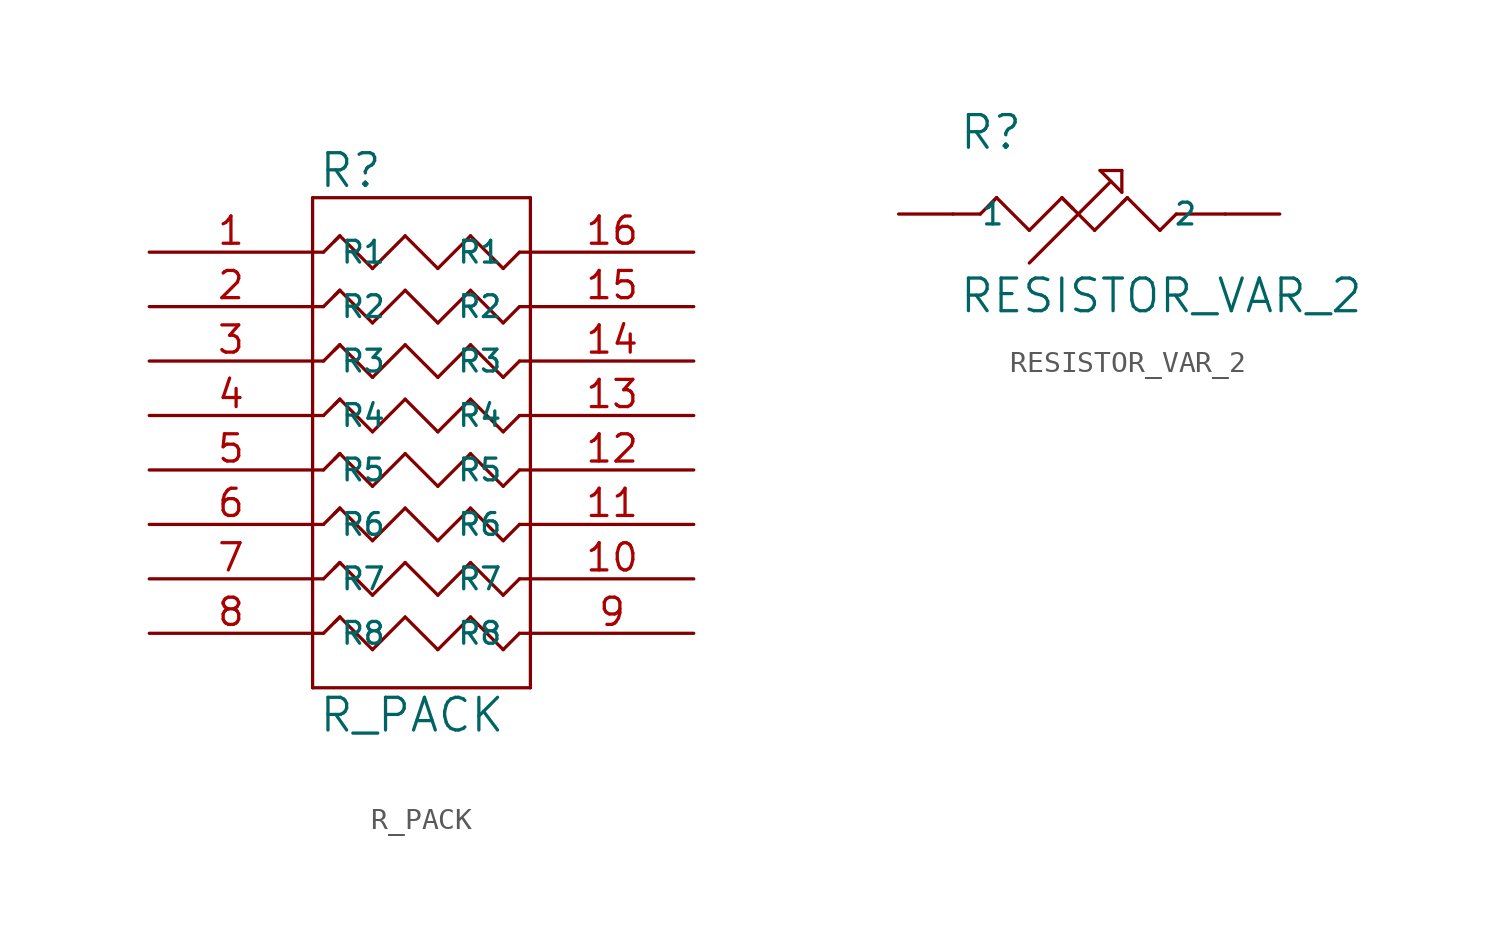
<source format=kicad_sym>
(kicad_symbol_lib
  (version 20231120)
  (generator "kicad_symbol_editor")
  (generator_version "8.0")
  (symbol "R_PACK"
    (pin_names
      (offset 1.27))
    (property "Reference" "R"
      (at 0.254 0.381 0)
      (effects (font (size 1.524 1.524)) (justify left bottom)))
    (property "Value" "R_PACK"
      (at 0.254 -23.241 0)
      (effects (font (size 1.524 1.524)) (justify left top)))
    (symbol "R_PACK_0_1"
      (polyline (pts (xy 0 -22.86) (xy 0 0)) (stroke (width 0) (type solid)) (fill (type none)))
      (polyline (pts (xy 0 -20.32) (xy 0.508 -20.32)) (stroke (width 0) (type solid)) (fill (type none)))
      (polyline (pts (xy 0 -17.78) (xy 0.508 -17.78)) (stroke (width 0) (type solid)) (fill (type none)))
      (polyline (pts (xy 0 -15.24) (xy 0.508 -15.24)) (stroke (width 0) (type solid)) (fill (type none)))
      (polyline (pts (xy 0 -12.7) (xy 0.508 -12.7)) (stroke (width 0) (type solid)) (fill (type none)))
      (polyline (pts (xy 0 -10.16) (xy 0.508 -10.16)) (stroke (width 0) (type solid)) (fill (type none)))
      (polyline (pts (xy 0 -7.62) (xy 0.508 -7.62)) (stroke (width 0) (type solid)) (fill (type none)))
      (polyline (pts (xy 0 -5.08) (xy 0.508 -5.08)) (stroke (width 0) (type solid)) (fill (type none)))
      (polyline (pts (xy 0 -2.54) (xy 0.508 -2.54)) (stroke (width 0) (type solid)) (fill (type none)))
      (polyline (pts (xy 0 0) (xy 10.16 0)) (stroke (width 0) (type solid)) (fill (type none)))
      (polyline (pts (xy 0.508 -20.32) (xy 1.27 -19.558)) (stroke (width 0) (type solid)) (fill (type none)))
      (polyline (pts (xy 0.508 -17.78) (xy 1.27 -17.018)) (stroke (width 0) (type solid)) (fill (type none)))
      (polyline (pts (xy 0.508 -15.24) (xy 1.27 -14.478)) (stroke (width 0) (type solid)) (fill (type none)))
      (polyline (pts (xy 0.508 -12.7) (xy 1.27 -11.938)) (stroke (width 0) (type solid)) (fill (type none)))
      (polyline (pts (xy 0.508 -10.16) (xy 1.27 -9.398)) (stroke (width 0) (type solid)) (fill (type none)))
      (polyline (pts (xy 0.508 -7.62) (xy 1.27 -6.858)) (stroke (width 0) (type solid)) (fill (type none)))
      (polyline (pts (xy 0.508 -5.08) (xy 1.27 -4.318)) (stroke (width 0) (type solid)) (fill (type none)))
      (polyline (pts (xy 0.508 -2.54) (xy 1.27 -1.778)) (stroke (width 0) (type solid)) (fill (type none)))
      (polyline (pts (xy 1.016 -19.812) (xy 1.27 -19.558)) (stroke (width 0) (type solid)) (fill (type none)))
      (polyline (pts (xy 1.016 -17.272) (xy 1.27 -17.018)) (stroke (width 0) (type solid)) (fill (type none)))
      (polyline (pts (xy 1.016 -14.732) (xy 1.27 -14.478)) (stroke (width 0) (type solid)) (fill (type none)))
      (polyline (pts (xy 1.016 -12.192) (xy 1.27 -11.938)) (stroke (width 0) (type solid)) (fill (type none)))
      (polyline (pts (xy 1.016 -9.652) (xy 1.27 -9.398)) (stroke (width 0) (type solid)) (fill (type none)))
      (polyline (pts (xy 1.016 -7.112) (xy 1.27 -6.858)) (stroke (width 0) (type solid)) (fill (type none)))
      (polyline (pts (xy 1.016 -4.572) (xy 1.27 -4.318)) (stroke (width 0) (type solid)) (fill (type none)))
      (polyline (pts (xy 1.016 -2.032) (xy 1.27 -1.778)) (stroke (width 0) (type solid)) (fill (type none)))
      (polyline (pts (xy 1.27 -19.558) (xy 2.794 -21.082)) (stroke (width 0) (type solid)) (fill (type none)))
      (polyline (pts (xy 1.27 -17.018) (xy 2.794 -18.542)) (stroke (width 0) (type solid)) (fill (type none)))
      (polyline (pts (xy 1.27 -14.478) (xy 2.794 -16.002)) (stroke (width 0) (type solid)) (fill (type none)))
      (polyline (pts (xy 1.27 -11.938) (xy 2.794 -13.462)) (stroke (width 0) (type solid)) (fill (type none)))
      (polyline (pts (xy 1.27 -9.398) (xy 2.794 -10.922)) (stroke (width 0) (type solid)) (fill (type none)))
      (polyline (pts (xy 1.27 -6.858) (xy 2.794 -8.382)) (stroke (width 0) (type solid)) (fill (type none)))
      (polyline (pts (xy 1.27 -4.318) (xy 2.794 -5.842)) (stroke (width 0) (type solid)) (fill (type none)))
      (polyline (pts (xy 1.27 -1.778) (xy 2.794 -3.302)) (stroke (width 0) (type solid)) (fill (type none)))
      (polyline (pts (xy 2.794 -21.082) (xy 4.318 -19.558)) (stroke (width 0) (type solid)) (fill (type none)))
      (polyline (pts (xy 2.794 -18.542) (xy 4.318 -17.018)) (stroke (width 0) (type solid)) (fill (type none)))
      (polyline (pts (xy 2.794 -16.002) (xy 4.318 -14.478)) (stroke (width 0) (type solid)) (fill (type none)))
      (polyline (pts (xy 2.794 -13.462) (xy 4.318 -11.938)) (stroke (width 0) (type solid)) (fill (type none)))
      (polyline (pts (xy 2.794 -10.922) (xy 4.318 -9.398)) (stroke (width 0) (type solid)) (fill (type none)))
      (polyline (pts (xy 2.794 -8.382) (xy 4.318 -6.858)) (stroke (width 0) (type solid)) (fill (type none)))
      (polyline (pts (xy 2.794 -5.842) (xy 4.318 -4.318)) (stroke (width 0) (type solid)) (fill (type none)))
      (polyline (pts (xy 2.794 -3.302) (xy 4.318 -1.778)) (stroke (width 0) (type solid)) (fill (type none)))
      (polyline (pts (xy 4.318 -19.558) (xy 5.842 -21.082)) (stroke (width 0) (type solid)) (fill (type none)))
      (polyline (pts (xy 4.318 -17.018) (xy 5.842 -18.542)) (stroke (width 0) (type solid)) (fill (type none)))
      (polyline (pts (xy 4.318 -14.478) (xy 5.842 -16.002)) (stroke (width 0) (type solid)) (fill (type none)))
      (polyline (pts (xy 4.318 -11.938) (xy 5.842 -13.462)) (stroke (width 0) (type solid)) (fill (type none)))
      (polyline (pts (xy 4.318 -9.398) (xy 5.842 -10.922)) (stroke (width 0) (type solid)) (fill (type none)))
      (polyline (pts (xy 4.318 -6.858) (xy 5.842 -8.382)) (stroke (width 0) (type solid)) (fill (type none)))
      (polyline (pts (xy 4.318 -4.318) (xy 5.842 -5.842)) (stroke (width 0) (type solid)) (fill (type none)))
      (polyline (pts (xy 4.318 -1.778) (xy 5.842 -3.302)) (stroke (width 0) (type solid)) (fill (type none)))
      (polyline (pts (xy 5.842 -21.082) (xy 7.366 -19.558)) (stroke (width 0) (type solid)) (fill (type none)))
      (polyline (pts (xy 5.842 -18.542) (xy 7.366 -17.018)) (stroke (width 0) (type solid)) (fill (type none)))
      (polyline (pts (xy 5.842 -16.002) (xy 7.366 -14.478)) (stroke (width 0) (type solid)) (fill (type none)))
      (polyline (pts (xy 5.842 -13.462) (xy 7.366 -11.938)) (stroke (width 0) (type solid)) (fill (type none)))
      (polyline (pts (xy 5.842 -10.922) (xy 7.366 -9.398)) (stroke (width 0) (type solid)) (fill (type none)))
      (polyline (pts (xy 5.842 -8.382) (xy 7.366 -6.858)) (stroke (width 0) (type solid)) (fill (type none)))
      (polyline (pts (xy 5.842 -5.842) (xy 7.366 -4.318)) (stroke (width 0) (type solid)) (fill (type none)))
      (polyline (pts (xy 5.842 -3.302) (xy 7.366 -1.778)) (stroke (width 0) (type solid)) (fill (type none)))
      (polyline (pts (xy 7.366 -19.558) (xy 8.89 -21.082)) (stroke (width 0) (type solid)) (fill (type none)))
      (polyline (pts (xy 7.366 -17.018) (xy 8.89 -18.542)) (stroke (width 0) (type solid)) (fill (type none)))
      (polyline (pts (xy 7.366 -14.478) (xy 8.89 -16.002)) (stroke (width 0) (type solid)) (fill (type none)))
      (polyline (pts (xy 7.366 -11.938) (xy 8.89 -13.462)) (stroke (width 0) (type solid)) (fill (type none)))
      (polyline (pts (xy 7.366 -9.398) (xy 8.89 -10.922)) (stroke (width 0) (type solid)) (fill (type none)))
      (polyline (pts (xy 7.366 -6.858) (xy 8.89 -8.382)) (stroke (width 0) (type solid)) (fill (type none)))
      (polyline (pts (xy 7.366 -4.318) (xy 8.89 -5.842)) (stroke (width 0) (type solid)) (fill (type none)))
      (polyline (pts (xy 7.366 -1.778) (xy 8.89 -3.302)) (stroke (width 0) (type solid)) (fill (type none)))
      (polyline (pts (xy 8.89 -21.082) (xy 9.652 -20.32)) (stroke (width 0) (type solid)) (fill (type none)))
      (polyline (pts (xy 8.89 -18.542) (xy 9.652 -17.78)) (stroke (width 0) (type solid)) (fill (type none)))
      (polyline (pts (xy 8.89 -16.002) (xy 9.652 -15.24)) (stroke (width 0) (type solid)) (fill (type none)))
      (polyline (pts (xy 8.89 -13.462) (xy 9.652 -12.7)) (stroke (width 0) (type solid)) (fill (type none)))
      (polyline (pts (xy 8.89 -10.922) (xy 9.652 -10.16)) (stroke (width 0) (type solid)) (fill (type none)))
      (polyline (pts (xy 8.89 -8.382) (xy 9.652 -7.62)) (stroke (width 0) (type solid)) (fill (type none)))
      (polyline (pts (xy 8.89 -5.842) (xy 9.652 -5.08)) (stroke (width 0) (type solid)) (fill (type none)))
      (polyline (pts (xy 8.89 -3.302) (xy 9.652 -2.54)) (stroke (width 0) (type solid)) (fill (type none)))
      (polyline (pts (xy 9.652 -20.32) (xy 10.16 -20.32)) (stroke (width 0) (type solid)) (fill (type none)))
      (polyline (pts (xy 9.652 -17.78) (xy 10.16 -17.78)) (stroke (width 0) (type solid)) (fill (type none)))
      (polyline (pts (xy 9.652 -15.24) (xy 10.16 -15.24)) (stroke (width 0) (type solid)) (fill (type none)))
      (polyline (pts (xy 9.652 -12.7) (xy 10.16 -12.7)) (stroke (width 0) (type solid)) (fill (type none)))
      (polyline (pts (xy 9.652 -10.16) (xy 10.16 -10.16)) (stroke (width 0) (type solid)) (fill (type none)))
      (polyline (pts (xy 9.652 -7.62) (xy 10.16 -7.62)) (stroke (width 0) (type solid)) (fill (type none)))
      (polyline (pts (xy 9.652 -5.08) (xy 10.16 -5.08)) (stroke (width 0) (type solid)) (fill (type none)))
      (polyline (pts (xy 9.652 -2.54) (xy 10.16 -2.54)) (stroke (width 0) (type solid)) (fill (type none)))
      (polyline (pts (xy 10.16 -22.86) (xy 0 -22.86)) (stroke (width 0) (type solid)) (fill (type none)))
      (polyline (pts (xy 10.16 0) (xy 10.16 -22.86)) (stroke (width 0) (type solid)) (fill (type none))))
    (symbol "R_PACK_1_1"
      (pin passive line (at -7.62 -2.54 0) (length 7.62) (name "R1" (effects (font (size 1.016 1.016)))) (number "1" (effects (font (size 1.27 1.27)))))
      (pin passive line (at 17.78 -17.78 180) (length 7.62) (name "R7" (effects (font (size 1.016 1.016)))) (number "10" (effects (font (size 1.27 1.27)))))
      (pin passive line (at 17.78 -15.24 180) (length 7.62) (name "R6" (effects (font (size 1.016 1.016)))) (number "11" (effects (font (size 1.27 1.27)))))
      (pin passive line (at 17.78 -12.7 180) (length 7.62) (name "R5" (effects (font (size 1.016 1.016)))) (number "12" (effects (font (size 1.27 1.27)))))
      (pin passive line (at 17.78 -10.16 180) (length 7.62) (name "R4" (effects (font (size 1.016 1.016)))) (number "13" (effects (font (size 1.27 1.27)))))
      (pin passive line (at 17.78 -7.62 180) (length 7.62) (name "R3" (effects (font (size 1.016 1.016)))) (number "14" (effects (font (size 1.27 1.27)))))
      (pin passive line (at 17.78 -5.08 180) (length 7.62) (name "R2" (effects (font (size 1.016 1.016)))) (number "15" (effects (font (size 1.27 1.27)))))
      (pin passive line (at 17.78 -2.54 180) (length 7.62) (name "R1" (effects (font (size 1.016 1.016)))) (number "16" (effects (font (size 1.27 1.27)))))
      (pin passive line (at -7.62 -5.08 0) (length 7.62) (name "R2" (effects (font (size 1.016 1.016)))) (number "2" (effects (font (size 1.27 1.27)))))
      (pin passive line (at -7.62 -7.62 0) (length 7.62) (name "R3" (effects (font (size 1.016 1.016)))) (number "3" (effects (font (size 1.27 1.27)))))
      (pin passive line (at -7.62 -10.16 0) (length 7.62) (name "R4" (effects (font (size 1.016 1.016)))) (number "4" (effects (font (size 1.27 1.27)))))
      (pin passive line (at -7.62 -12.7 0) (length 7.62) (name "R5" (effects (font (size 1.016 1.016)))) (number "5" (effects (font (size 1.27 1.27)))))
      (pin passive line (at -7.62 -15.24 0) (length 7.62) (name "R6" (effects (font (size 1.016 1.016)))) (number "6" (effects (font (size 1.27 1.27)))))
      (pin passive line (at -7.62 -17.78 0) (length 7.62) (name "R7" (effects (font (size 1.016 1.016)))) (number "7" (effects (font (size 1.27 1.27)))))
      (pin passive line (at -7.62 -20.32 0) (length 7.62) (name "R8" (effects (font (size 1.016 1.016)))) (number "8" (effects (font (size 1.27 1.27)))))
      (pin passive line (at 17.78 -20.32 180) (length 7.62) (name "R8" (effects (font (size 1.016 1.016)))) (number "9" (effects (font (size 1.27 1.27)))))))
  (symbol "RESISTOR_VAR_2"
    (pin_names
      (offset 1.27))
    (property "Reference" "R"
      (at 0.254 0.381 0)
      (effects (font (size 1.524 1.524)) (justify left bottom)))
    (property "Value" "RESISTOR_VAR_2"
      (at 0.254 -5.461 0)
      (effects (font (size 1.524 1.524)) (justify left top)))
    (symbol "RESISTOR_VAR_2_0_1"
      (polyline (pts (xy 0 -2.54) (xy 1.27 -2.54)) (stroke (width 0) (type solid)) (fill (type none)))
      (polyline (pts (xy 1.27 -2.54) (xy 2.032 -1.778)) (stroke (width 0) (type solid)) (fill (type none)))
      (polyline (pts (xy 1.778 -2.032) (xy 2.032 -1.778)) (stroke (width 0) (type solid)) (fill (type none)))
      (polyline (pts (xy 2.032 -1.778) (xy 3.556 -3.302)) (stroke (width 0) (type solid)) (fill (type none)))
      (polyline (pts (xy 3.556 -3.302) (xy 5.08 -1.778)) (stroke (width 0) (type solid)) (fill (type none)))
      (polyline (pts (xy 5.08 -1.778) (xy 5.588 -2.286)) (stroke (width 0) (type solid)) (fill (type none)))
      (polyline (pts (xy 5.08 -1.778) (xy 6.604 -3.302)) (stroke (width 0) (type solid)) (fill (type none)))
      (polyline (pts (xy 6.604 -3.302) (xy 8.128 -1.778)) (stroke (width 0) (type solid)) (fill (type none)))
      (polyline (pts (xy 6.858 -0.508) (xy 7.874 -0.508)) (stroke (width 0) (type solid)) (fill (type none)))
      (polyline (pts (xy 7.366 -1.016) (xy 3.556 -4.826)) (stroke (width 0) (type solid)) (fill (type none)))
      (polyline (pts (xy 7.874 -2.032) (xy 8.128 -1.778)) (stroke (width 0) (type solid)) (fill (type none)))
      (polyline (pts (xy 7.874 -1.524) (xy 6.858 -0.508)) (stroke (width 0) (type solid)) (fill (type none)))
      (polyline (pts (xy 7.874 -0.508) (xy 7.874 -1.524)) (stroke (width 0) (type solid)) (fill (type none)))
      (polyline (pts (xy 8.128 -1.778) (xy 9.652 -3.302)) (stroke (width 0) (type solid)) (fill (type none)))
      (polyline (pts (xy 9.652 -3.302) (xy 10.414 -2.54)) (stroke (width 0) (type solid)) (fill (type none)))
      (polyline (pts (xy 10.414 -2.54) (xy 12.7 -2.54)) (stroke (width 0) (type solid)) (fill (type none))))
    (symbol "RESISTOR_VAR_2_1_1"
      (pin passive line (at -2.54 -2.54 0) (length 2.54) (name "1" (effects (font (size 1.016 1.016)))) (number "~" (effects (font (size 1.27 1.27)))))
      (pin passive line (at 15.24 -2.54 180) (length 2.54) (name "2" (effects (font (size 1.016 1.016)))) (number "~" (effects (font (size 1.27 1.27))))))))
</source>
